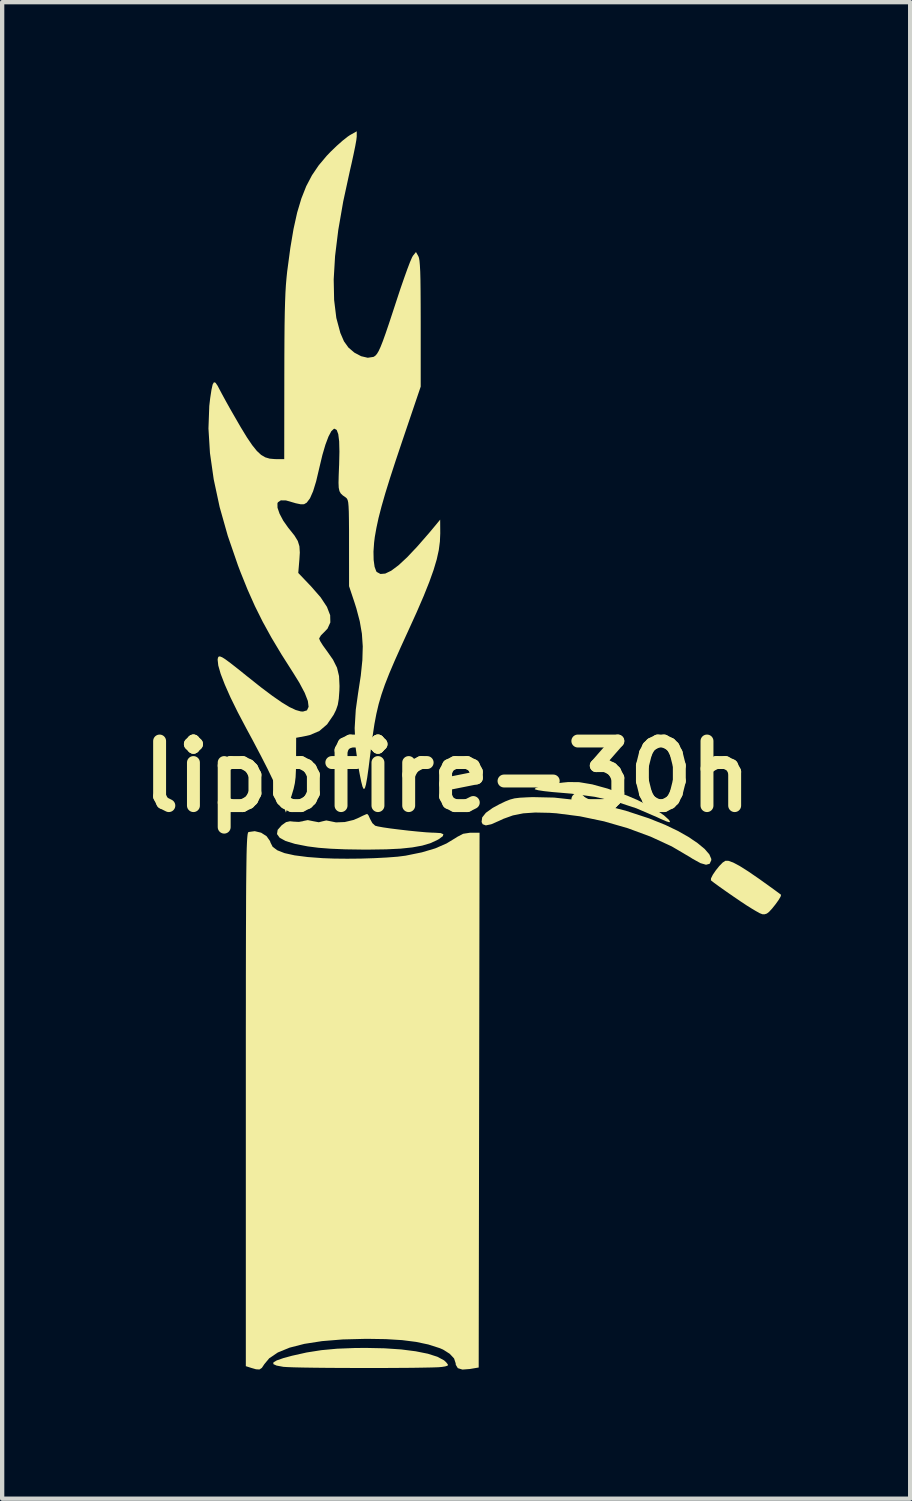
<source format=kicad_pcb>
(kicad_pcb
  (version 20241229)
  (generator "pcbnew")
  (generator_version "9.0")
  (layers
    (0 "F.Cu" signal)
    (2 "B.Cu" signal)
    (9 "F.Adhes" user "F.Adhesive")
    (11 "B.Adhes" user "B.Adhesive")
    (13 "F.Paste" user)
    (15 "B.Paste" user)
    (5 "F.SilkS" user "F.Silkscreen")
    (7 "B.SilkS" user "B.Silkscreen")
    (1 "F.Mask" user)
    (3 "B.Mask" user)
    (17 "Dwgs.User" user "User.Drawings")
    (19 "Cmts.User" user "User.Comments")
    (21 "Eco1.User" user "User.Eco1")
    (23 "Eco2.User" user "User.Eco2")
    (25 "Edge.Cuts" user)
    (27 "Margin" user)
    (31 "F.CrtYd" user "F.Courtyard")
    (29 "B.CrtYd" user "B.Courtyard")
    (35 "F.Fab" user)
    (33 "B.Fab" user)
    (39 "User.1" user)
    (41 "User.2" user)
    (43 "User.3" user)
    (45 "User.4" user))
  (footprint "lipofire-30h"
    (layer "F.Cu")
    (at 7.336 14.984)
    (property "Reference" "lipofire-30h" (at 0 0 0) (layer "F.SilkS") (effects (font (size 1.5 1.5) (thickness 0.3))))
    (attr board_only exclude_from_pos_files exclude_from_bom)
    (fp_poly (pts (xy 3.067 0.134) (xy 3.37 0.185) (xy 3.726 0.283) (xy 4.138 0.43) (xy 4.193 0.451) (xy 4.432 0.554) (xy 4.663 0.671) (xy 4.871 0.791) (xy 5.037 0.905) (xy 5.145 1.003) (xy 5.148 1.006) (xy 5.178 1.052) (xy 5.16 1.065) (xy 5.088 1.043) (xy 4.955 0.985) (xy 4.874 0.947) (xy 4.395 0.741) (xy 3.92 0.585) (xy 3.426 0.474) (xy 2.89 0.401) (xy 2.678 0.383) (xy 2.442 0.363) (xy 2.25 0.342) (xy 2.113 0.321) (xy 2.041 0.301) (xy 2.033 0.294) (xy 2.062 0.266) (xy 2.156 0.234) (xy 2.301 0.2) (xy 2.484 0.169) (xy 2.691 0.143) (xy 2.814 0.131)) (stroke (width 0) (type solid)) (fill yes) (layer "F.SilkS"))
    (fp_poly (pts (xy 6.533 1.961) (xy 6.643 2) (xy 6.794 2.08) (xy 6.992 2.205) (xy 7.244 2.378) (xy 7.325 2.436) (xy 7.481 2.548) (xy 7.614 2.644) (xy 7.709 2.714) (xy 7.754 2.748) (xy 7.756 2.75) (xy 7.746 2.791) (xy 7.699 2.871) (xy 7.628 2.97) (xy 7.549 3.069) (xy 7.476 3.148) (xy 7.426 3.186) (xy 7.374 3.203) (xy 7.325 3.202) (xy 7.261 3.178) (xy 7.163 3.123) (xy 7.071 3.068) (xy 6.959 2.998) (xy 6.811 2.9) (xy 6.644 2.786) (xy 6.474 2.668) (xy 6.32 2.559) (xy 6.198 2.47) (xy 6.127 2.414) (xy 6.129 2.368) (xy 6.171 2.284) (xy 6.24 2.183) (xy 6.321 2.082) (xy 6.4 2.001) (xy 6.461 1.961)) (stroke (width 0) (type solid)) (fill yes) (layer "F.SilkS"))
    (fp_poly (pts (xy -1.455 13.284) (xy -1.069 13.31) (xy -0.731 13.353) (xy -0.447 13.41) (xy -0.225 13.481) (xy -0.071 13.564) (xy -0.025 13.606) (xy 0.017 13.659) (xy 0.013 13.687) (xy -0.048 13.705) (xy -0.124 13.717) (xy -0.206 13.724) (xy -0.357 13.729) (xy -0.566 13.733) (xy -0.822 13.737) (xy -1.116 13.739) (xy -1.437 13.741) (xy -1.775 13.741) (xy -2.118 13.741) (xy -2.457 13.74) (xy -2.781 13.738) (xy -3.079 13.735) (xy -3.342 13.731) (xy -3.558 13.726) (xy -3.717 13.72) (xy -3.809 13.714) (xy -3.812 13.713) (xy -3.962 13.685) (xy -4.037 13.651) (xy -4.036 13.612) (xy -3.958 13.565) (xy -3.803 13.511) (xy -3.604 13.457) (xy -3.264 13.381) (xy -2.922 13.327) (xy -2.555 13.293) (xy -2.144 13.277) (xy -1.882 13.275)) (stroke (width 0) (type solid)) (fill yes) (layer "F.SilkS"))
    (fp_poly (pts (xy 2.486 0.492) (xy 3.025 0.551) (xy 3.584 0.654) (xy 4.145 0.796) (xy 4.687 0.974) (xy 5.066 1.126) (xy 5.35 1.262) (xy 5.602 1.404) (xy 5.815 1.548) (xy 5.981 1.685) (xy 6.09 1.811) (xy 6.136 1.918) (xy 6.135 1.948) (xy 6.097 2.03) (xy 6.013 2.052) (xy 5.882 2.014) (xy 5.703 1.915) (xy 5.647 1.879) (xy 5.217 1.626) (xy 4.728 1.4) (xy 4.198 1.204) (xy 3.644 1.044) (xy 3.085 0.927) (xy 2.539 0.857) (xy 2.378 0.846) (xy 2.045 0.839) (xy 1.768 0.858) (xy 1.528 0.906) (xy 1.305 0.986) (xy 1.203 1.034) (xy 1.024 1.112) (xy 0.899 1.138) (xy 0.825 1.111) (xy 0.8 1.058) (xy 0.814 0.953) (xy 0.9 0.845) (xy 1.059 0.731) (xy 1.216 0.646) (xy 1.351 0.581) (xy 1.46 0.538) (xy 1.565 0.51) (xy 1.689 0.495) (xy 1.855 0.486) (xy 1.988 0.481)) (stroke (width 0) (type solid)) (fill yes) (layer "F.SilkS"))
    (fp_poly (pts (xy -1.827 0.905) (xy -1.791 0.985) (xy -1.79 0.988) (xy -1.737 1.085) (xy -1.672 1.145) (xy -1.608 1.162) (xy -1.482 1.185) (xy -1.31 1.21) (xy -1.108 1.235) (xy -0.894 1.26) (xy -0.685 1.281) (xy -0.495 1.298) (xy -0.343 1.307) (xy -0.288 1.308) (xy -0.149 1.317) (xy -0.087 1.344) (xy -0.102 1.39) (xy -0.193 1.457) (xy -0.238 1.482) (xy -0.394 1.553) (xy -0.581 1.608) (xy -0.807 1.649) (xy -1.082 1.678) (xy -1.414 1.694) (xy -1.813 1.7) (xy -1.961 1.7) (xy -2.364 1.694) (xy -2.701 1.68) (xy -2.987 1.658) (xy -3.236 1.626) (xy -3.237 1.626) (xy -3.533 1.568) (xy -3.751 1.501) (xy -3.89 1.425) (xy -3.952 1.339) (xy -3.937 1.242) (xy -3.844 1.136) (xy -3.84 1.132) (xy -3.741 1.062) (xy -3.65 1.042) (xy -3.563 1.051) (xy -3.444 1.057) (xy -3.348 1.04) (xy -3.338 1.035) (xy -3.237 1.015) (xy -3.114 1.04) (xy -2.982 1.065) (xy -2.899 1.044) (xy -2.808 1.023) (xy -2.754 1.033) (xy -2.582 1.068) (xy -2.378 1.06) (xy -2.176 1.012) (xy -2.077 0.971) (xy -1.965 0.916) (xy -1.883 0.88) (xy -1.856 0.872)) (stroke (width 0) (type solid)) (fill yes) (layer "F.SilkS"))
    (fp_poly (pts (xy -4.32 1.308) (xy -4.194 1.389) (xy -4.114 1.502) (xy -4.103 1.537) (xy -4.053 1.635) (xy -3.945 1.716) (xy -3.777 1.782) (xy -3.542 1.834) (xy -3.238 1.873) (xy -2.89 1.899) (xy -2.622 1.909) (xy -2.32 1.912) (xy -2.003 1.909) (xy -1.691 1.899) (xy -1.401 1.884) (xy -1.152 1.865) (xy -0.963 1.841) (xy -0.959 1.84) (xy -0.587 1.764) (xy -0.277 1.672) (xy -0.015 1.558) (xy 0.216 1.418) (xy 0.234 1.405) (xy 0.371 1.333) (xy 0.533 1.308) (xy 0.561 1.308) (xy 0.753 1.308) (xy 0.743 7.519) (xy 0.733 13.73) (xy 0.526 13.765) (xy 0.355 13.778) (xy 0.248 13.745) (xy 0.201 13.667) (xy 0.198 13.632) (xy 0.161 13.52) (xy 0.058 13.41) (xy -0.096 13.313) (xy -0.182 13.277) (xy -0.438 13.195) (xy -0.722 13.135) (xy -1.045 13.094) (xy -1.42 13.071) (xy -1.861 13.064) (xy -1.882 13.064) (xy -2.426 13.078) (xy -2.905 13.117) (xy -3.317 13.181) (xy -3.66 13.269) (xy -3.933 13.381) (xy -4.133 13.516) (xy -4.245 13.651) (xy -4.304 13.739) (xy -4.36 13.776) (xy -4.44 13.771) (xy -4.547 13.74) (xy -4.676 13.699) (xy -4.676 7.508) (xy -4.676 6.684) (xy -4.676 5.936) (xy -4.675 5.26) (xy -4.675 4.652) (xy -4.674 4.109) (xy -4.673 3.628) (xy -4.671 3.204) (xy -4.67 2.834) (xy -4.668 2.514) (xy -4.665 2.241) (xy -4.662 2.011) (xy -4.659 1.821) (xy -4.655 1.667) (xy -4.65 1.545) (xy -4.645 1.452) (xy -4.639 1.384) (xy -4.633 1.338) (xy -4.625 1.309) (xy -4.617 1.295) (xy -4.613 1.292) (xy -4.468 1.272)) (stroke (width 0) (type solid)) (fill yes) (layer "F.SilkS"))
    (fp_poly (pts (xy -2.1 -14.861) (xy -2.109 -14.782) (xy -2.134 -14.642) (xy -2.172 -14.457) (xy -2.219 -14.241) (xy -2.257 -14.076) (xy -2.414 -13.353) (xy -2.529 -12.69) (xy -2.603 -12.086) (xy -2.635 -11.544) (xy -2.625 -11.065) (xy -2.574 -10.649) (xy -2.48 -10.299) (xy -2.396 -10.105) (xy -2.292 -9.96) (xy -2.153 -9.842) (xy -1.997 -9.76) (xy -1.844 -9.724) (xy -1.712 -9.744) (xy -1.7 -9.75) (xy -1.664 -9.775) (xy -1.629 -9.816) (xy -1.591 -9.88) (xy -1.547 -9.975) (xy -1.494 -10.109) (xy -1.429 -10.29) (xy -1.349 -10.525) (xy -1.251 -10.823) (xy -1.172 -11.064) (xy -1.085 -11.328) (xy -1.001 -11.57) (xy -0.926 -11.78) (xy -0.863 -11.945) (xy -0.816 -12.054) (xy -0.795 -12.092) (xy -0.724 -12.18) (xy -0.669 -12.083) (xy -0.654 -12.043) (xy -0.642 -11.974) (xy -0.633 -11.87) (xy -0.625 -11.724) (xy -0.62 -11.528) (xy -0.617 -11.275) (xy -0.615 -10.957) (xy -0.614 -10.569) (xy -0.614 -10.521) (xy -0.614 -9.054) (xy -1.037 -7.806) (xy -1.196 -7.332) (xy -1.329 -6.923) (xy -1.438 -6.571) (xy -1.525 -6.267) (xy -1.593 -6.004) (xy -1.643 -5.772) (xy -1.68 -5.563) (xy -1.696 -5.435) (xy -1.711 -5.222) (xy -1.707 -5.027) (xy -1.685 -4.868) (xy -1.647 -4.765) (xy -1.634 -4.748) (xy -1.549 -4.702) (xy -1.438 -4.711) (xy -1.3 -4.777) (xy -1.132 -4.902) (xy -0.931 -5.088) (xy -0.695 -5.338) (xy -0.421 -5.652) (xy -0.309 -5.786) (xy -0.162 -5.964) (xy -0.16 -5.646) (xy -0.168 -5.456) (xy -0.194 -5.257) (xy -0.242 -5.04) (xy -0.315 -4.795) (xy -0.415 -4.515) (xy -0.545 -4.19) (xy -0.708 -3.813) (xy -0.892 -3.408) (xy -1.073 -3.012) (xy -1.223 -2.676) (xy -1.346 -2.387) (xy -1.446 -2.132) (xy -1.526 -1.9) (xy -1.591 -1.678) (xy -1.644 -1.453) (xy -1.689 -1.215) (xy -1.729 -0.95) (xy -1.769 -0.647) (xy -1.785 -0.516) (xy -1.824 -0.205) (xy -1.857 0.03) (xy -1.886 0.19) (xy -1.912 0.277) (xy -1.938 0.293) (xy -1.965 0.241) (xy -1.996 0.121) (xy -2.033 -0.063) (xy -2.065 -0.238) (xy -2.129 -0.695) (xy -2.148 -1.121) (xy -2.122 -1.55) (xy -2.07 -1.922) (xy -2.006 -2.34) (xy -1.969 -2.7) (xy -1.96 -3.02) (xy -1.98 -3.315) (xy -2.03 -3.605) (xy -2.109 -3.904) (xy -2.151 -4.037) (xy -2.278 -4.418) (xy -2.279 -5.422) (xy -2.279 -5.731) (xy -2.281 -5.969) (xy -2.284 -6.148) (xy -2.29 -6.276) (xy -2.298 -6.363) (xy -2.311 -6.419) (xy -2.328 -6.453) (xy -2.351 -6.476) (xy -2.358 -6.481) (xy -2.425 -6.528) (xy -2.471 -6.572) (xy -2.501 -6.626) (xy -2.518 -6.704) (xy -2.523 -6.82) (xy -2.519 -6.987) (xy -2.51 -7.22) (xy -2.509 -7.23) (xy -2.502 -7.544) (xy -2.508 -7.783) (xy -2.529 -7.95) (xy -2.565 -8.046) (xy -2.616 -8.076) (xy -2.631 -8.073) (xy -2.69 -8.019) (xy -2.756 -7.894) (xy -2.827 -7.706) (xy -2.898 -7.464) (xy -2.967 -7.175) (xy -2.971 -7.158) (xy -3.043 -6.853) (xy -3.114 -6.622) (xy -3.186 -6.459) (xy -3.261 -6.359) (xy -3.324 -6.322) (xy -3.403 -6.321) (xy -3.518 -6.345) (xy -3.565 -6.359) (xy -3.743 -6.41) (xy -3.863 -6.412) (xy -3.93 -6.368) (xy -3.942 -6.341) (xy -3.94 -6.24) (xy -3.892 -6.101) (xy -3.807 -5.94) (xy -3.692 -5.777) (xy -3.669 -5.749) (xy -3.545 -5.593) (xy -3.469 -5.468) (xy -3.431 -5.345) (xy -3.422 -5.198) (xy -3.432 -5.038) (xy -3.458 -4.726) (xy -3.156 -4.409) (xy -2.938 -4.159) (xy -2.792 -3.938) (xy -2.717 -3.744) (xy -2.713 -3.576) (xy -2.779 -3.431) (xy -2.854 -3.353) (xy -2.931 -3.276) (xy -2.97 -3.21) (xy -2.972 -3.199) (xy -2.949 -3.143) (xy -2.888 -3.045) (xy -2.803 -2.927) (xy -2.796 -2.918) (xy -2.651 -2.711) (xy -2.558 -2.525) (xy -2.511 -2.33) (xy -2.5 -2.1) (xy -2.503 -1.992) (xy -2.517 -1.802) (xy -2.54 -1.662) (xy -2.581 -1.543) (xy -2.637 -1.43) (xy -2.789 -1.208) (xy -2.969 -1.054) (xy -3.188 -0.961) (xy -3.273 -0.941) (xy -3.507 -0.897) (xy -3.509 -0.379) (xy -3.512 -0.153) (xy -3.52 0.018) (xy -3.537 0.157) (xy -3.566 0.288) (xy -3.61 0.435) (xy -3.628 0.489) (xy -3.745 0.839) (xy -3.859 0.528) (xy -3.939 0.326) (xy -4.041 0.095) (xy -4.17 -0.173) (xy -4.33 -0.486) (xy -4.524 -0.854) (xy -4.663 -1.111) (xy -4.864 -1.492) (xy -5.032 -1.834) (xy -5.164 -2.132) (xy -5.26 -2.381) (xy -5.316 -2.576) (xy -5.331 -2.713) (xy -5.323 -2.758) (xy -5.306 -2.783) (xy -5.277 -2.787) (xy -5.226 -2.767) (xy -5.147 -2.717) (xy -5.031 -2.631) (xy -4.87 -2.505) (xy -4.657 -2.334) (xy -4.642 -2.322) (xy -4.326 -2.071) (xy -4.061 -1.872) (xy -3.841 -1.719) (xy -3.661 -1.61) (xy -3.516 -1.542) (xy -3.398 -1.509) (xy -3.349 -1.506) (xy -3.256 -1.534) (xy -3.218 -1.616) (xy -3.235 -1.752) (xy -3.308 -1.94) (xy -3.435 -2.179) (xy -3.572 -2.4) (xy -3.848 -2.834) (xy -4.082 -3.225) (xy -4.285 -3.594) (xy -4.466 -3.958) (xy -4.635 -4.337) (xy -4.801 -4.749) (xy -4.858 -4.899) (xy -5.095 -5.587) (xy -5.284 -6.256) (xy -5.422 -6.9) (xy -5.509 -7.51) (xy -5.544 -8.081) (xy -5.525 -8.604) (xy -5.504 -8.784) (xy -5.474 -8.98) (xy -5.447 -9.102) (xy -5.417 -9.155) (xy -5.38 -9.144) (xy -5.331 -9.073) (xy -5.295 -9.004) (xy -5.231 -8.883) (xy -5.141 -8.718) (xy -5.039 -8.535) (xy -4.969 -8.413) (xy -4.795 -8.112) (xy -4.65 -7.874) (xy -4.527 -7.693) (xy -4.42 -7.56) (xy -4.321 -7.468) (xy -4.224 -7.411) (xy -4.122 -7.381) (xy -4.009 -7.371) (xy -3.978 -7.37) (xy -3.784 -7.37) (xy -3.782 -9.282) (xy -3.781 -9.754) (xy -3.779 -10.156) (xy -3.776 -10.496) (xy -3.771 -10.783) (xy -3.764 -11.026) (xy -3.756 -11.233) (xy -3.745 -11.415) (xy -3.731 -11.578) (xy -3.715 -11.733) (xy -3.71 -11.769) (xy -3.642 -12.277) (xy -3.568 -12.716) (xy -3.484 -13.095) (xy -3.386 -13.423) (xy -3.273 -13.709) (xy -3.139 -13.964) (xy -2.982 -14.195) (xy -2.798 -14.414) (xy -2.708 -14.508) (xy -2.567 -14.644) (xy -2.427 -14.768) (xy -2.309 -14.861) (xy -2.255 -14.897) (xy -2.1 -14.984)) (stroke (width 0) (type solid)) (fill yes) (layer "F.SilkS")))
  (gr_rect
    (start -3 -3)
    (end 18.091 31.761)
    (stroke (width 0.1) (type default))
    (fill no)
    (layer "Edge.Cuts")))
</source>
